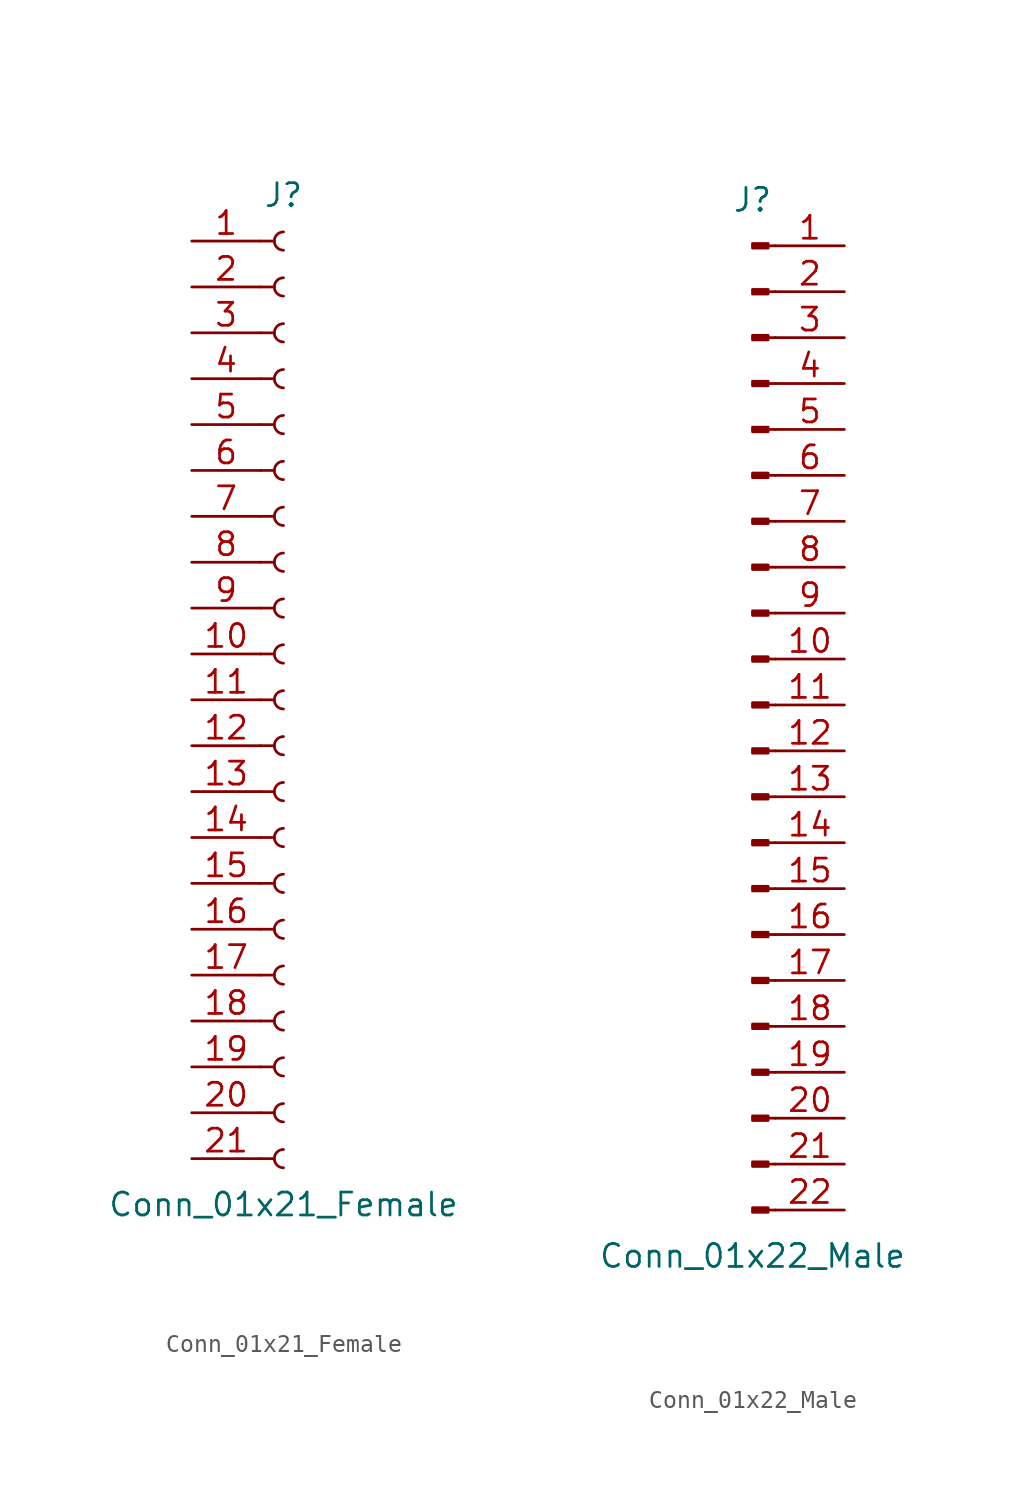
<source format=kicad_sym>
(kicad_symbol_lib
  (version 20201005)
  (generator kicad_symbol_editor)
  (symbol "Conn_01x21_Female"
    (pin_names
      (offset 1.016) hide)
    (property "Reference" "J"
      (at 0 27.94 0)
      (effects (font (size 1.27 1.27))))
    (property "Value" "Conn_01x21_Female"
      (at 0 -27.94 0)
      (effects (font (size 1.27 1.27))))
    (symbol "Conn_01x21_Female_1_1"
      (arc (start 0 -24.892) (end 0 -25.908) (radius (at 0 -25.4) (length 0.508) (angles 90.1 -90.1)) (stroke (width 0.1524)) (fill (type none)))
      (arc (start 0 -22.352) (end 0 -23.368) (radius (at 0 -22.86) (length 0.508) (angles 90.1 -90.1)) (stroke (width 0.1524)) (fill (type none)))
      (arc (start 0 -19.812) (end 0 -20.828) (radius (at 0 -20.32) (length 0.508) (angles 90.1 -90.1)) (stroke (width 0.1524)) (fill (type none)))
      (arc (start 0 -17.272) (end 0 -18.288) (radius (at 0 -17.78) (length 0.508) (angles 90.1 -90.1)) (stroke (width 0.1524)) (fill (type none)))
      (arc (start 0 -14.732) (end 0 -15.748) (radius (at 0 -15.24) (length 0.508) (angles 90.1 -90.1)) (stroke (width 0.1524)) (fill (type none)))
      (arc (start 0 -12.192) (end 0 -13.208) (radius (at 0 -12.7) (length 0.508) (angles 90.1 -90.1)) (stroke (width 0.1524)) (fill (type none)))
      (arc (start 0 -9.652) (end 0 -10.668) (radius (at 0 -10.16) (length 0.508) (angles 90.1 -90.1)) (stroke (width 0.1524)) (fill (type none)))
      (arc (start 0 -7.112) (end 0 -8.128) (radius (at 0 -7.62) (length 0.508) (angles 90.1 -90.1)) (stroke (width 0.1524)) (fill (type none)))
      (arc (start 0 -4.572) (end 0 -5.588) (radius (at 0 -5.08) (length 0.508) (angles 90.1 -90.1)) (stroke (width 0.1524)) (fill (type none)))
      (arc (start 0 -2.032) (end 0 -3.048) (radius (at 0 -2.54) (length 0.508) (angles 90.1 -90.1)) (stroke (width 0.1524)) (fill (type none)))
      (arc (start 0 0.508) (end 0 -0.508) (radius (at 0 0) (length 0.508) (angles 90.1 -90.1)) (stroke (width 0.1524)) (fill (type none)))
      (arc (start 0 3.048) (end 0 2.032) (radius (at 0 2.54) (length 0.508) (angles 90.1 -90.1)) (stroke (width 0.1524)) (fill (type none)))
      (arc (start 0 5.588) (end 0 4.572) (radius (at 0 5.08) (length 0.508) (angles 90.1 -90.1)) (stroke (width 0.1524)) (fill (type none)))
      (arc (start 0 8.128) (end 0 7.112) (radius (at 0 7.62) (length 0.508) (angles 90.1 -90.1)) (stroke (width 0.1524)) (fill (type none)))
      (arc (start 0 10.668) (end 0 9.652) (radius (at 0 10.16) (length 0.508) (angles 90.1 -90.1)) (stroke (width 0.1524)) (fill (type none)))
      (arc (start 0 13.208) (end 0 12.192) (radius (at 0 12.7) (length 0.508) (angles 90.1 -90.1)) (stroke (width 0.1524)) (fill (type none)))
      (arc (start 0 15.748) (end 0 14.732) (radius (at 0 15.24) (length 0.508) (angles 90.1 -90.1)) (stroke (width 0.1524)) (fill (type none)))
      (arc (start 0 18.288) (end 0 17.272) (radius (at 0 17.78) (length 0.508) (angles 90.1 -90.1)) (stroke (width 0.1524)) (fill (type none)))
      (arc (start 0 20.828) (end 0 19.812) (radius (at 0 20.32) (length 0.508) (angles 90.1 -90.1)) (stroke (width 0.1524)) (fill (type none)))
      (arc (start 0 23.368) (end 0 22.352) (radius (at 0 22.86) (length 0.508) (angles 90.1 -90.1)) (stroke (width 0.1524)) (fill (type none)))
      (arc (start 0 25.908) (end 0 24.892) (radius (at 0 25.4) (length 0.508) (angles 90.1 -90.1)) (stroke (width 0.1524)) (fill (type none)))
      (polyline (pts (xy -1.27 -25.4) (xy -0.508 -25.4)) (stroke (width 0.152)) (fill (type none)))
      (polyline (pts (xy -1.27 -22.86) (xy -0.508 -22.86)) (stroke (width 0.152)) (fill (type none)))
      (polyline (pts (xy -1.27 -20.32) (xy -0.508 -20.32)) (stroke (width 0.152)) (fill (type none)))
      (polyline (pts (xy -1.27 -17.78) (xy -0.508 -17.78)) (stroke (width 0.152)) (fill (type none)))
      (polyline (pts (xy -1.27 -15.24) (xy -0.508 -15.24)) (stroke (width 0.152)) (fill (type none)))
      (polyline (pts (xy -1.27 -12.7) (xy -0.508 -12.7)) (stroke (width 0.152)) (fill (type none)))
      (polyline (pts (xy -1.27 -10.16) (xy -0.508 -10.16)) (stroke (width 0.152)) (fill (type none)))
      (polyline (pts (xy -1.27 -7.62) (xy -0.508 -7.62)) (stroke (width 0.152)) (fill (type none)))
      (polyline (pts (xy -1.27 -5.08) (xy -0.508 -5.08)) (stroke (width 0.152)) (fill (type none)))
      (polyline (pts (xy -1.27 -2.54) (xy -0.508 -2.54)) (stroke (width 0.152)) (fill (type none)))
      (polyline (pts (xy -1.27 0) (xy -0.508 0)) (stroke (width 0.152)) (fill (type none)))
      (polyline (pts (xy -1.27 2.54) (xy -0.508 2.54)) (stroke (width 0.152)) (fill (type none)))
      (polyline (pts (xy -1.27 5.08) (xy -0.508 5.08)) (stroke (width 0.152)) (fill (type none)))
      (polyline (pts (xy -1.27 7.62) (xy -0.508 7.62)) (stroke (width 0.152)) (fill (type none)))
      (polyline (pts (xy -1.27 10.16) (xy -0.508 10.16)) (stroke (width 0.152)) (fill (type none)))
      (polyline (pts (xy -1.27 12.7) (xy -0.508 12.7)) (stroke (width 0.152)) (fill (type none)))
      (polyline (pts (xy -1.27 15.24) (xy -0.508 15.24)) (stroke (width 0.152)) (fill (type none)))
      (polyline (pts (xy -1.27 17.78) (xy -0.508 17.78)) (stroke (width 0.152)) (fill (type none)))
      (polyline (pts (xy -1.27 20.32) (xy -0.508 20.32)) (stroke (width 0.152)) (fill (type none)))
      (polyline (pts (xy -1.27 22.86) (xy -0.508 22.86)) (stroke (width 0.152)) (fill (type none)))
      (polyline (pts (xy -1.27 25.4) (xy -0.508 25.4)) (stroke (width 0.152)) (fill (type none)))
      (pin passive line (at -5.08 25.4 0) (length 3.81) (name "Pin_1" (effects (font (size 1.27 1.27)))) (number "1" (effects (font (size 1.27 1.27)))))
      (pin passive line (at -5.08 2.54 0) (length 3.81) (name "Pin_10" (effects (font (size 1.27 1.27)))) (number "10" (effects (font (size 1.27 1.27)))))
      (pin passive line (at -5.08 0 0) (length 3.81) (name "Pin_11" (effects (font (size 1.27 1.27)))) (number "11" (effects (font (size 1.27 1.27)))))
      (pin passive line (at -5.08 -2.54 0) (length 3.81) (name "Pin_12" (effects (font (size 1.27 1.27)))) (number "12" (effects (font (size 1.27 1.27)))))
      (pin passive line (at -5.08 -5.08 0) (length 3.81) (name "Pin_13" (effects (font (size 1.27 1.27)))) (number "13" (effects (font (size 1.27 1.27)))))
      (pin passive line (at -5.08 -7.62 0) (length 3.81) (name "Pin_14" (effects (font (size 1.27 1.27)))) (number "14" (effects (font (size 1.27 1.27)))))
      (pin passive line (at -5.08 -10.16 0) (length 3.81) (name "Pin_15" (effects (font (size 1.27 1.27)))) (number "15" (effects (font (size 1.27 1.27)))))
      (pin passive line (at -5.08 -12.7 0) (length 3.81) (name "Pin_16" (effects (font (size 1.27 1.27)))) (number "16" (effects (font (size 1.27 1.27)))))
      (pin passive line (at -5.08 -15.24 0) (length 3.81) (name "Pin_17" (effects (font (size 1.27 1.27)))) (number "17" (effects (font (size 1.27 1.27)))))
      (pin passive line (at -5.08 -17.78 0) (length 3.81) (name "Pin_18" (effects (font (size 1.27 1.27)))) (number "18" (effects (font (size 1.27 1.27)))))
      (pin passive line (at -5.08 -20.32 0) (length 3.81) (name "Pin_19" (effects (font (size 1.27 1.27)))) (number "19" (effects (font (size 1.27 1.27)))))
      (pin passive line (at -5.08 22.86 0) (length 3.81) (name "Pin_2" (effects (font (size 1.27 1.27)))) (number "2" (effects (font (size 1.27 1.27)))))
      (pin passive line (at -5.08 -22.86 0) (length 3.81) (name "Pin_20" (effects (font (size 1.27 1.27)))) (number "20" (effects (font (size 1.27 1.27)))))
      (pin passive line (at -5.08 -25.4 0) (length 3.81) (name "Pin_21" (effects (font (size 1.27 1.27)))) (number "21" (effects (font (size 1.27 1.27)))))
      (pin passive line (at -5.08 20.32 0) (length 3.81) (name "Pin_3" (effects (font (size 1.27 1.27)))) (number "3" (effects (font (size 1.27 1.27)))))
      (pin passive line (at -5.08 17.78 0) (length 3.81) (name "Pin_4" (effects (font (size 1.27 1.27)))) (number "4" (effects (font (size 1.27 1.27)))))
      (pin passive line (at -5.08 15.24 0) (length 3.81) (name "Pin_5" (effects (font (size 1.27 1.27)))) (number "5" (effects (font (size 1.27 1.27)))))
      (pin passive line (at -5.08 12.7 0) (length 3.81) (name "Pin_6" (effects (font (size 1.27 1.27)))) (number "6" (effects (font (size 1.27 1.27)))))
      (pin passive line (at -5.08 10.16 0) (length 3.81) (name "Pin_7" (effects (font (size 1.27 1.27)))) (number "7" (effects (font (size 1.27 1.27)))))
      (pin passive line (at -5.08 7.62 0) (length 3.81) (name "Pin_8" (effects (font (size 1.27 1.27)))) (number "8" (effects (font (size 1.27 1.27)))))
      (pin passive line (at -5.08 5.08 0) (length 3.81) (name "Pin_9" (effects (font (size 1.27 1.27)))) (number "9" (effects (font (size 1.27 1.27)))))))
  (symbol "Conn_01x22_Male"
    (pin_names
      (offset 1.016) hide)
    (property "Reference" "J"
      (at 0 27.94 0)
      (effects (font (size 1.27 1.27))))
    (property "Value" "Conn_01x22_Male"
      (at 0 -30.48 0)
      (effects (font (size 1.27 1.27))))
    (symbol "Conn_01x22_Male_1_1"
      (rectangle (start 0.864 -27.813) (end 0 -28.067) (stroke (width 0.152)) (fill (type outline)))
      (rectangle (start 0.864 -25.273) (end 0 -25.527) (stroke (width 0.152)) (fill (type outline)))
      (rectangle (start 0.864 -22.733) (end 0 -22.987) (stroke (width 0.152)) (fill (type outline)))
      (rectangle (start 0.864 -20.193) (end 0 -20.447) (stroke (width 0.152)) (fill (type outline)))
      (rectangle (start 0.864 -17.653) (end 0 -17.907) (stroke (width 0.152)) (fill (type outline)))
      (rectangle (start 0.864 -15.113) (end 0 -15.367) (stroke (width 0.152)) (fill (type outline)))
      (rectangle (start 0.864 -12.573) (end 0 -12.827) (stroke (width 0.152)) (fill (type outline)))
      (rectangle (start 0.864 -10.033) (end 0 -10.287) (stroke (width 0.152)) (fill (type outline)))
      (rectangle (start 0.864 -7.493) (end 0 -7.747) (stroke (width 0.152)) (fill (type outline)))
      (rectangle (start 0.864 -4.953) (end 0 -5.207) (stroke (width 0.152)) (fill (type outline)))
      (rectangle (start 0.864 -2.413) (end 0 -2.667) (stroke (width 0.152)) (fill (type outline)))
      (rectangle (start 0.864 0.127) (end 0 -0.127) (stroke (width 0.152)) (fill (type outline)))
      (rectangle (start 0.864 2.667) (end 0 2.413) (stroke (width 0.152)) (fill (type outline)))
      (rectangle (start 0.864 5.207) (end 0 4.953) (stroke (width 0.152)) (fill (type outline)))
      (rectangle (start 0.864 7.747) (end 0 7.493) (stroke (width 0.152)) (fill (type outline)))
      (rectangle (start 0.864 10.287) (end 0 10.033) (stroke (width 0.152)) (fill (type outline)))
      (rectangle (start 0.864 12.827) (end 0 12.573) (stroke (width 0.152)) (fill (type outline)))
      (rectangle (start 0.864 15.367) (end 0 15.113) (stroke (width 0.152)) (fill (type outline)))
      (rectangle (start 0.864 17.907) (end 0 17.653) (stroke (width 0.152)) (fill (type outline)))
      (rectangle (start 0.864 20.447) (end 0 20.193) (stroke (width 0.152)) (fill (type outline)))
      (rectangle (start 0.864 22.987) (end 0 22.733) (stroke (width 0.152)) (fill (type outline)))
      (rectangle (start 0.864 25.527) (end 0 25.273) (stroke (width 0.152)) (fill (type outline)))
      (polyline (pts (xy 1.27 -27.94) (xy 0.864 -27.94)) (stroke (width 0.152)) (fill (type none)))
      (polyline (pts (xy 1.27 -25.4) (xy 0.864 -25.4)) (stroke (width 0.152)) (fill (type none)))
      (polyline (pts (xy 1.27 -22.86) (xy 0.864 -22.86)) (stroke (width 0.152)) (fill (type none)))
      (polyline (pts (xy 1.27 -20.32) (xy 0.864 -20.32)) (stroke (width 0.152)) (fill (type none)))
      (polyline (pts (xy 1.27 -17.78) (xy 0.864 -17.78)) (stroke (width 0.152)) (fill (type none)))
      (polyline (pts (xy 1.27 -15.24) (xy 0.864 -15.24)) (stroke (width 0.152)) (fill (type none)))
      (polyline (pts (xy 1.27 -12.7) (xy 0.864 -12.7)) (stroke (width 0.152)) (fill (type none)))
      (polyline (pts (xy 1.27 -10.16) (xy 0.864 -10.16)) (stroke (width 0.152)) (fill (type none)))
      (polyline (pts (xy 1.27 -7.62) (xy 0.864 -7.62)) (stroke (width 0.152)) (fill (type none)))
      (polyline (pts (xy 1.27 -5.08) (xy 0.864 -5.08)) (stroke (width 0.152)) (fill (type none)))
      (polyline (pts (xy 1.27 -2.54) (xy 0.864 -2.54)) (stroke (width 0.152)) (fill (type none)))
      (polyline (pts (xy 1.27 0) (xy 0.864 0)) (stroke (width 0.152)) (fill (type none)))
      (polyline (pts (xy 1.27 2.54) (xy 0.864 2.54)) (stroke (width 0.152)) (fill (type none)))
      (polyline (pts (xy 1.27 5.08) (xy 0.864 5.08)) (stroke (width 0.152)) (fill (type none)))
      (polyline (pts (xy 1.27 7.62) (xy 0.864 7.62)) (stroke (width 0.152)) (fill (type none)))
      (polyline (pts (xy 1.27 10.16) (xy 0.864 10.16)) (stroke (width 0.152)) (fill (type none)))
      (polyline (pts (xy 1.27 12.7) (xy 0.864 12.7)) (stroke (width 0.152)) (fill (type none)))
      (polyline (pts (xy 1.27 15.24) (xy 0.864 15.24)) (stroke (width 0.152)) (fill (type none)))
      (polyline (pts (xy 1.27 17.78) (xy 0.864 17.78)) (stroke (width 0.152)) (fill (type none)))
      (polyline (pts (xy 1.27 20.32) (xy 0.864 20.32)) (stroke (width 0.152)) (fill (type none)))
      (polyline (pts (xy 1.27 22.86) (xy 0.864 22.86)) (stroke (width 0.152)) (fill (type none)))
      (polyline (pts (xy 1.27 25.4) (xy 0.864 25.4)) (stroke (width 0.152)) (fill (type none)))
      (pin passive line (at 5.08 25.4 180) (length 3.81) (name "Pin_1" (effects (font (size 1.27 1.27)))) (number "1" (effects (font (size 1.27 1.27)))))
      (pin passive line (at 5.08 2.54 180) (length 3.81) (name "Pin_10" (effects (font (size 1.27 1.27)))) (number "10" (effects (font (size 1.27 1.27)))))
      (pin passive line (at 5.08 0 180) (length 3.81) (name "Pin_11" (effects (font (size 1.27 1.27)))) (number "11" (effects (font (size 1.27 1.27)))))
      (pin passive line (at 5.08 -2.54 180) (length 3.81) (name "Pin_12" (effects (font (size 1.27 1.27)))) (number "12" (effects (font (size 1.27 1.27)))))
      (pin passive line (at 5.08 -5.08 180) (length 3.81) (name "Pin_13" (effects (font (size 1.27 1.27)))) (number "13" (effects (font (size 1.27 1.27)))))
      (pin passive line (at 5.08 -7.62 180) (length 3.81) (name "Pin_14" (effects (font (size 1.27 1.27)))) (number "14" (effects (font (size 1.27 1.27)))))
      (pin passive line (at 5.08 -10.16 180) (length 3.81) (name "Pin_15" (effects (font (size 1.27 1.27)))) (number "15" (effects (font (size 1.27 1.27)))))
      (pin passive line (at 5.08 -12.7 180) (length 3.81) (name "Pin_16" (effects (font (size 1.27 1.27)))) (number "16" (effects (font (size 1.27 1.27)))))
      (pin passive line (at 5.08 -15.24 180) (length 3.81) (name "Pin_17" (effects (font (size 1.27 1.27)))) (number "17" (effects (font (size 1.27 1.27)))))
      (pin passive line (at 5.08 -17.78 180) (length 3.81) (name "Pin_18" (effects (font (size 1.27 1.27)))) (number "18" (effects (font (size 1.27 1.27)))))
      (pin passive line (at 5.08 -20.32 180) (length 3.81) (name "Pin_19" (effects (font (size 1.27 1.27)))) (number "19" (effects (font (size 1.27 1.27)))))
      (pin passive line (at 5.08 22.86 180) (length 3.81) (name "Pin_2" (effects (font (size 1.27 1.27)))) (number "2" (effects (font (size 1.27 1.27)))))
      (pin passive line (at 5.08 -22.86 180) (length 3.81) (name "Pin_20" (effects (font (size 1.27 1.27)))) (number "20" (effects (font (size 1.27 1.27)))))
      (pin passive line (at 5.08 -25.4 180) (length 3.81) (name "Pin_21" (effects (font (size 1.27 1.27)))) (number "21" (effects (font (size 1.27 1.27)))))
      (pin passive line (at 5.08 -27.94 180) (length 3.81) (name "Pin_22" (effects (font (size 1.27 1.27)))) (number "22" (effects (font (size 1.27 1.27)))))
      (pin passive line (at 5.08 20.32 180) (length 3.81) (name "Pin_3" (effects (font (size 1.27 1.27)))) (number "3" (effects (font (size 1.27 1.27)))))
      (pin passive line (at 5.08 17.78 180) (length 3.81) (name "Pin_4" (effects (font (size 1.27 1.27)))) (number "4" (effects (font (size 1.27 1.27)))))
      (pin passive line (at 5.08 15.24 180) (length 3.81) (name "Pin_5" (effects (font (size 1.27 1.27)))) (number "5" (effects (font (size 1.27 1.27)))))
      (pin passive line (at 5.08 12.7 180) (length 3.81) (name "Pin_6" (effects (font (size 1.27 1.27)))) (number "6" (effects (font (size 1.27 1.27)))))
      (pin passive line (at 5.08 10.16 180) (length 3.81) (name "Pin_7" (effects (font (size 1.27 1.27)))) (number "7" (effects (font (size 1.27 1.27)))))
      (pin passive line (at 5.08 7.62 180) (length 3.81) (name "Pin_8" (effects (font (size 1.27 1.27)))) (number "8" (effects (font (size 1.27 1.27)))))
      (pin passive line (at 5.08 5.08 180) (length 3.81) (name "Pin_9" (effects (font (size 1.27 1.27)))) (number "9" (effects (font (size 1.27 1.27))))))))
</source>
